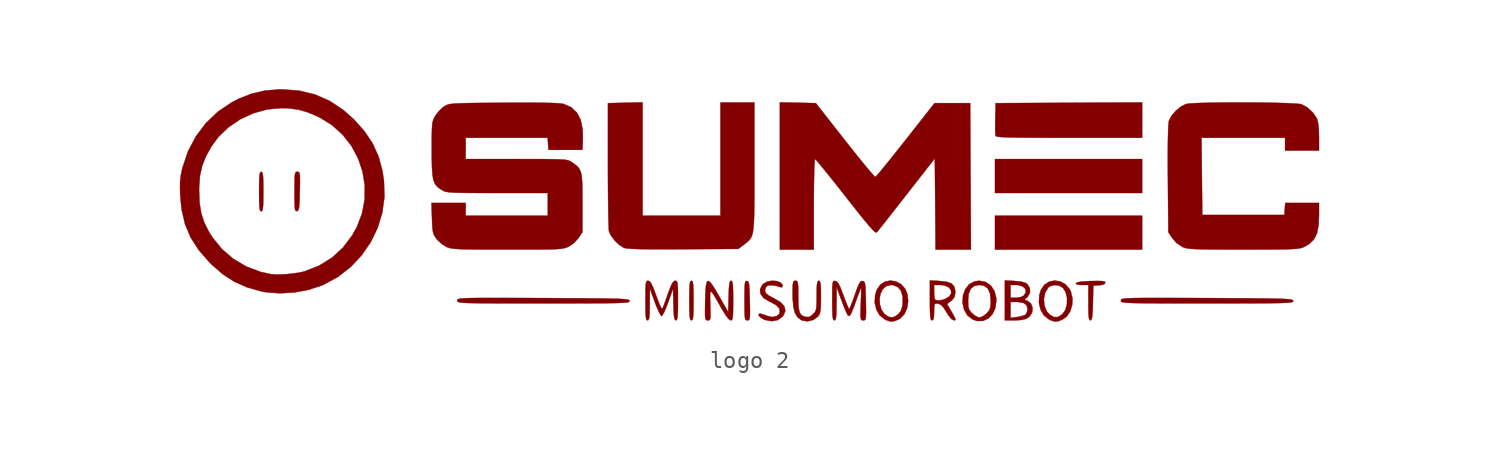
<source format=kicad_sym>
(kicad_symbol_lib
  (version 20220914)
  (generator kicad_symbol_editor)
  (symbol "logo 2"
    (pin_names
      (offset 1.016))
    (property "Reference" "#G"
      (at 0 10.626 0)
      (effects (font (size 1.27 1.27)) hide))
    (symbol "logo 2_0_0"
      (polyline (pts (xy 24.892 -0.762) (xy 24.892 0.254) (xy 20.489 0.254) (xy 16.087 0.254) (xy 16.087 -0.762) (xy 16.087 -1.778) (xy 20.489 -1.778) (xy 24.892 -1.778) (xy 24.892 -0.762)) (stroke (width 0.01) (type default)) (fill (type outline)))
      (polyline (pts (xy 24.892 2.625) (xy 24.892 3.641) (xy 20.489 3.641) (xy 16.087 3.641) (xy 16.087 2.625) (xy 16.087 1.609) (xy 20.489 1.609) (xy 24.892 1.609) (xy 24.892 2.625)) (stroke (width 0.01) (type default)) (fill (type outline)))
      (polyline (pts (xy 24.892 5.97) (xy 24.892 7.029) (xy 20.511 7.007) (xy 16.129 6.985) (xy 16.105 6.059) (xy 16.099 5.749) (xy 16.1 5.404) (xy 16.108 5.148) (xy 16.123 5.022) (xy 16.146 5.002) (xy 16.231 4.98) (xy 16.387 4.961) (xy 16.629 4.946) (xy 16.966 4.934) (xy 17.413 4.925) (xy 17.98 4.918) (xy 18.681 4.914) (xy 19.526 4.911) (xy 20.529 4.911) (xy 24.892 4.911) (xy 24.892 5.97)) (stroke (width 0.01) (type default)) (fill (type outline)))
      (polyline (pts (xy -27.793 0.511) (xy -27.747 0.554) (xy -27.717 0.67) (xy -27.698 0.882) (xy -27.689 1.215) (xy -27.686 1.693) (xy -27.686 1.881) (xy -27.691 2.305) (xy -27.703 2.592) (xy -27.726 2.768) (xy -27.762 2.855) (xy -27.813 2.879) (xy -27.833 2.876) (xy -27.878 2.833) (xy -27.909 2.717) (xy -27.928 2.504) (xy -27.938 2.171) (xy -27.94 1.693) (xy -27.94 1.506) (xy -27.935 1.082) (xy -27.923 0.794) (xy -27.9 0.619) (xy -27.864 0.532) (xy -27.813 0.508) (xy -27.793 0.511)) (stroke (width 0.01) (type default)) (fill (type outline)))
      (polyline (pts (xy -2.054 -6.009) (xy -2.009 -5.965) (xy -1.978 -5.849) (xy -1.959 -5.637) (xy -1.95 -5.304) (xy -1.947 -4.826) (xy -1.948 -4.638) (xy -1.952 -4.214) (xy -1.965 -3.927) (xy -1.987 -3.752) (xy -2.023 -3.664) (xy -2.074 -3.641) (xy -2.095 -3.643) (xy -2.14 -3.687) (xy -2.171 -3.803) (xy -2.189 -4.015) (xy -2.199 -4.348) (xy -2.201 -4.826) (xy -2.201 -5.014) (xy -2.196 -5.438) (xy -2.184 -5.725) (xy -2.161 -5.9) (xy -2.126 -5.988) (xy -2.074 -6.011) (xy -2.054 -6.009)) (stroke (width 0.01) (type default)) (fill (type outline)))
      (polyline (pts (xy -25.636 0.538) (xy -25.587 0.593) (xy -25.553 0.712) (xy -25.53 0.921) (xy -25.515 1.247) (xy -25.503 1.716) (xy -25.502 1.809) (xy -25.494 2.246) (xy -25.496 2.544) (xy -25.509 2.73) (xy -25.537 2.83) (xy -25.583 2.871) (xy -25.652 2.879) (xy -25.668 2.878) (xy -25.731 2.865) (xy -25.774 2.812) (xy -25.801 2.694) (xy -25.816 2.484) (xy -25.822 2.158) (xy -25.823 1.687) (xy -25.822 1.248) (xy -25.816 0.91) (xy -25.801 0.694) (xy -25.775 0.574) (xy -25.734 0.526) (xy -25.675 0.524) (xy -25.636 0.538)) (stroke (width 0.01) (type default)) (fill (type outline)))
      (polyline (pts (xy 1.286 -6.011) (xy 1.35 -6) (xy 1.393 -5.95) (xy 1.419 -5.836) (xy 1.429 -5.633) (xy 1.429 -5.312) (xy 1.421 -4.848) (xy 1.413 -4.538) (xy 1.4 -4.161) (xy 1.381 -3.911) (xy 1.351 -3.761) (xy 1.309 -3.685) (xy 1.249 -3.657) (xy 1.194 -3.657) (xy 1.152 -3.701) (xy 1.125 -3.814) (xy 1.109 -4.021) (xy 1.102 -4.348) (xy 1.101 -4.82) (xy 1.101 -4.934) (xy 1.103 -5.371) (xy 1.11 -5.671) (xy 1.127 -5.859) (xy 1.157 -5.961) (xy 1.205 -6.003) (xy 1.272 -6.011) (xy 1.286 -6.011)) (stroke (width 0.01) (type default)) (fill (type outline)))
      (polyline (pts (xy 21.844 -5.993) (xy 21.886 -5.905) (xy 21.914 -5.723) (xy 21.933 -5.421) (xy 21.947 -4.974) (xy 21.971 -3.937) (xy 22.331 -3.911) (xy 22.406 -3.904) (xy 22.622 -3.853) (xy 22.691 -3.76) (xy 22.685 -3.729) (xy 22.627 -3.683) (xy 22.484 -3.659) (xy 22.227 -3.652) (xy 21.83 -3.659) (xy 21.645 -3.665) (xy 21.257 -3.692) (xy 21.024 -3.732) (xy 20.934 -3.789) (xy 20.934 -3.826) (xy 21.035 -3.878) (xy 21.287 -3.895) (xy 21.675 -3.895) (xy 21.675 -4.953) (xy 21.677 -5.383) (xy 21.688 -5.696) (xy 21.71 -5.888) (xy 21.746 -5.985) (xy 21.799 -6.011) (xy 21.844 -5.993)) (stroke (width 0.01) (type default)) (fill (type outline)))
      (polyline (pts (xy 19.851 -6.068) (xy 20.114 -5.972) (xy 20.372 -5.794) (xy 20.584 -5.486) (xy 20.706 -5.104) (xy 20.724 -4.69) (xy 20.627 -4.287) (xy 20.552 -4.139) (xy 20.303 -3.853) (xy 19.992 -3.683) (xy 19.654 -3.631) (xy 19.324 -3.699) (xy 19.037 -3.888) (xy 18.829 -4.199) (xy 18.735 -4.519) (xy 18.726 -4.743) (xy 19.012 -4.743) (xy 19.086 -4.368) (xy 19.271 -4.054) (xy 19.374 -3.973) (xy 19.633 -3.899) (xy 19.916 -3.929) (xy 20.148 -4.062) (xy 20.309 -4.308) (xy 20.398 -4.66) (xy 20.394 -5.039) (xy 20.298 -5.387) (xy 20.112 -5.649) (xy 19.86 -5.809) (xy 19.622 -5.816) (xy 19.36 -5.668) (xy 19.182 -5.467) (xy 19.045 -5.127) (xy 19.012 -4.743) (xy 18.726 -4.743) (xy 18.716 -4.959) (xy 18.812 -5.37) (xy 19.012 -5.713) (xy 19.304 -5.948) (xy 19.441 -6.013) (xy 19.654 -6.082) (xy 19.851 -6.068)) (stroke (width 0.01) (type default)) (fill (type outline)))
      (polyline (pts (xy 10.024 -6.07) (xy 10.284 -5.976) (xy 10.423 -5.899) (xy 10.672 -5.636) (xy 10.834 -5.276) (xy 10.896 -4.858) (xy 10.843 -4.422) (xy 10.706 -4.108) (xy 10.46 -3.84) (xy 10.154 -3.679) (xy 9.822 -3.631) (xy 9.497 -3.699) (xy 9.215 -3.887) (xy 9.008 -4.199) (xy 8.914 -4.519) (xy 8.905 -4.731) (xy 9.184 -4.731) (xy 9.24 -4.416) (xy 9.372 -4.149) (xy 9.582 -3.964) (xy 9.87 -3.895) (xy 9.951 -3.898) (xy 10.254 -4) (xy 10.46 -4.233) (xy 10.563 -4.59) (xy 10.56 -5.061) (xy 10.551 -5.131) (xy 10.463 -5.433) (xy 10.291 -5.649) (xy 10.274 -5.662) (xy 10.081 -5.788) (xy 9.922 -5.836) (xy 9.702 -5.79) (xy 9.463 -5.623) (xy 9.296 -5.368) (xy 9.203 -5.059) (xy 9.184 -4.731) (xy 8.905 -4.731) (xy 8.895 -4.959) (xy 8.991 -5.37) (xy 9.19 -5.713) (xy 9.483 -5.948) (xy 9.609 -6.008) (xy 9.827 -6.082) (xy 10.024 -6.07)) (stroke (width 0.01) (type default)) (fill (type outline)))
      (polyline (pts (xy 15.367 -6.045) (xy 15.685 -5.903) (xy 15.94 -5.641) (xy 16.11 -5.275) (xy 16.171 -4.825) (xy 16.165 -4.681) (xy 16.061 -4.261) (xy 15.845 -3.932) (xy 15.536 -3.717) (xy 15.155 -3.641) (xy 14.879 -3.675) (xy 14.545 -3.847) (xy 14.302 -4.162) (xy 14.174 -4.524) (xy 14.153 -4.844) (xy 14.478 -4.844) (xy 14.511 -4.445) (xy 14.631 -4.133) (xy 14.843 -3.953) (xy 15.155 -3.895) (xy 15.44 -3.941) (xy 15.662 -4.109) (xy 15.791 -4.406) (xy 15.833 -4.844) (xy 15.83 -5.025) (xy 15.803 -5.262) (xy 15.728 -5.43) (xy 15.585 -5.595) (xy 15.535 -5.642) (xy 15.329 -5.785) (xy 15.155 -5.842) (xy 15.116 -5.838) (xy 14.926 -5.753) (xy 14.726 -5.595) (xy 14.637 -5.501) (xy 14.535 -5.343) (xy 14.489 -5.145) (xy 14.478 -4.844) (xy 14.153 -4.844) (xy 14.146 -4.957) (xy 14.236 -5.365) (xy 14.434 -5.71) (xy 14.732 -5.951) (xy 15.01 -6.048) (xy 15.367 -6.045)) (stroke (width 0.01) (type default)) (fill (type outline)))
      (polyline (pts (xy -3.459 -1.759) (xy -2.576 -1.755) (xy 0.733 -1.736) (xy 1.051 -1.493) (xy 1.158 -1.413) (xy 1.286 -1.312) (xy 1.392 -1.213) (xy 1.478 -1.098) (xy 1.546 -0.953) (xy 1.598 -0.762) (xy 1.636 -0.51) (xy 1.662 -0.181) (xy 1.679 0.24) (xy 1.688 0.768) (xy 1.692 1.42) (xy 1.693 2.21) (xy 1.693 3.154) (xy 1.693 7.027) (xy 0.677 7.027) (xy -0.339 7.027) (xy -0.339 3.641) (xy -0.339 0.254) (xy -2.667 0.254) (xy -4.995 0.254) (xy -4.995 3.643) (xy -4.995 7.032) (xy -6.032 7.009) (xy -7.07 6.985) (xy -7.07 3.26) (xy -7.069 2.741) (xy -7.066 1.983) (xy -7.06 1.283) (xy -7.052 0.659) (xy -7.043 0.131) (xy -7.031 -0.283) (xy -7.019 -0.566) (xy -7.005 -0.697) (xy -6.892 -0.936) (xy -6.672 -1.228) (xy -6.404 -1.49) (xy -6.14 -1.661) (xy -6.133 -1.665) (xy -6.024 -1.694) (xy -5.849 -1.717) (xy -5.593 -1.735) (xy -5.24 -1.748) (xy -4.777 -1.756) (xy -4.188 -1.759) (xy -3.459 -1.759)) (stroke (width 0.01) (type default)) (fill (type outline)))
      (polyline (pts (xy 3.089 -5.995) (xy 3.365 -5.798) (xy 3.433 -5.713) (xy 3.546 -5.439) (xy 3.49 -5.178) (xy 3.267 -4.931) (xy 2.874 -4.697) (xy 2.857 -4.689) (xy 2.542 -4.519) (xy 2.369 -4.372) (xy 2.321 -4.224) (xy 2.378 -4.05) (xy 2.424 -3.981) (xy 2.553 -3.91) (xy 2.78 -3.915) (xy 2.806 -3.918) (xy 3.055 -3.963) (xy 3.239 -4.017) (xy 3.344 -4.039) (xy 3.387 -3.949) (xy 3.362 -3.855) (xy 3.219 -3.727) (xy 2.986 -3.655) (xy 2.712 -3.644) (xy 2.444 -3.699) (xy 2.228 -3.825) (xy 2.155 -3.902) (xy 2.028 -4.164) (xy 2.058 -4.428) (xy 2.236 -4.671) (xy 2.556 -4.869) (xy 2.721 -4.944) (xy 3.012 -5.114) (xy 3.17 -5.284) (xy 3.217 -5.476) (xy 3.179 -5.621) (xy 3.019 -5.76) (xy 2.777 -5.812) (xy 2.498 -5.758) (xy 2.224 -5.655) (xy 2.049 -5.608) (xy 1.968 -5.622) (xy 1.947 -5.696) (xy 1.955 -5.727) (xy 2.065 -5.846) (xy 2.265 -5.96) (xy 2.346 -5.991) (xy 2.736 -6.061) (xy 3.089 -5.995)) (stroke (width 0.01) (type default)) (fill (type outline)))
      (polyline (pts (xy -1.043 -6.009) (xy -0.982 -5.985) (xy -0.946 -5.909) (xy -0.931 -5.752) (xy -0.932 -5.484) (xy -0.945 -5.077) (xy -0.947 -5.023) (xy -0.958 -4.649) (xy -0.956 -4.406) (xy -0.927 -4.294) (xy -0.86 -4.318) (xy -0.743 -4.48) (xy -0.565 -4.782) (xy -0.314 -5.228) (xy -0.273 -5.299) (xy -0.032 -5.695) (xy 0.151 -5.932) (xy 0.275 -6.011) (xy 0.326 -6.002) (xy 0.369 -5.952) (xy 0.398 -5.835) (xy 0.414 -5.625) (xy 0.421 -5.297) (xy 0.423 -4.826) (xy 0.423 -4.677) (xy 0.419 -4.24) (xy 0.407 -3.942) (xy 0.384 -3.759) (xy 0.349 -3.666) (xy 0.299 -3.641) (xy 0.267 -3.648) (xy 0.22 -3.717) (xy 0.187 -3.878) (xy 0.166 -4.157) (xy 0.151 -4.579) (xy 0.127 -5.518) (xy -0.411 -4.575) (xy -0.505 -4.411) (xy -0.748 -4.005) (xy -0.93 -3.751) (xy -1.061 -3.65) (xy -1.149 -3.707) (xy -1.203 -3.923) (xy -1.234 -4.303) (xy -1.251 -4.848) (xy -1.254 -4.997) (xy -1.261 -5.417) (xy -1.259 -5.701) (xy -1.245 -5.876) (xy -1.215 -5.969) (xy -1.166 -6.005) (xy -1.094 -6.011) (xy -1.043 -6.009)) (stroke (width 0.01) (type default)) (fill (type outline)))
      (polyline (pts (xy 5.216 -5.988) (xy 5.482 -5.798) (xy 5.506 -5.769) (xy 5.582 -5.659) (xy 5.63 -5.524) (xy 5.658 -5.328) (xy 5.67 -5.035) (xy 5.673 -4.61) (xy 5.671 -4.269) (xy 5.661 -3.955) (xy 5.639 -3.763) (xy 5.601 -3.667) (xy 5.546 -3.641) (xy 5.512 -3.648) (xy 5.465 -3.711) (xy 5.437 -3.861) (xy 5.423 -4.127) (xy 5.419 -4.534) (xy 5.418 -4.657) (xy 5.414 -5.02) (xy 5.398 -5.262) (xy 5.362 -5.421) (xy 5.299 -5.535) (xy 5.203 -5.642) (xy 5.143 -5.699) (xy 4.958 -5.81) (xy 4.758 -5.803) (xy 4.673 -5.779) (xy 4.518 -5.702) (xy 4.416 -5.569) (xy 4.355 -5.353) (xy 4.325 -5.024) (xy 4.318 -4.556) (xy 4.318 -4.405) (xy 4.314 -4.051) (xy 4.3 -3.827) (xy 4.272 -3.704) (xy 4.223 -3.652) (xy 4.149 -3.641) (xy 4.146 -3.641) (xy 4.069 -3.653) (xy 4.02 -3.711) (xy 3.993 -3.845) (xy 3.982 -4.087) (xy 3.979 -4.466) (xy 3.982 -4.66) (xy 4.021 -5.175) (xy 4.113 -5.554) (xy 4.266 -5.819) (xy 4.487 -5.992) (xy 4.558 -6.023) (xy 4.885 -6.068) (xy 5.216 -5.988)) (stroke (width 0.01) (type default)) (fill (type outline)))
      (polyline (pts (xy 17.59 -5.996) (xy 17.928 -5.926) (xy 18.154 -5.789) (xy 18.294 -5.573) (xy 18.309 -5.535) (xy 18.337 -5.248) (xy 18.238 -4.999) (xy 18.03 -4.841) (xy 17.855 -4.776) (xy 18.029 -4.619) (xy 18.057 -4.591) (xy 18.184 -4.349) (xy 18.174 -4.08) (xy 18.028 -3.847) (xy 17.909 -3.769) (xy 17.654 -3.695) (xy 17.266 -3.655) (xy 16.679 -3.622) (xy 16.679 -4.657) (xy 17.018 -4.657) (xy 17.018 -4.276) (xy 17.018 -3.895) (xy 17.351 -3.895) (xy 17.48 -3.902) (xy 17.747 -3.983) (xy 17.906 -4.132) (xy 17.936 -4.321) (xy 17.816 -4.524) (xy 17.803 -4.536) (xy 17.613 -4.622) (xy 17.351 -4.657) (xy 17.018 -4.657) (xy 16.679 -4.657) (xy 16.679 -4.816) (xy 16.679 -5.865) (xy 17.018 -5.865) (xy 17.018 -5.388) (xy 17.018 -4.911) (xy 17.362 -4.911) (xy 17.473 -4.913) (xy 17.793 -4.969) (xy 17.976 -5.104) (xy 18.034 -5.327) (xy 18.004 -5.512) (xy 17.92 -5.662) (xy 17.872 -5.691) (xy 17.673 -5.759) (xy 17.412 -5.811) (xy 17.018 -5.865) (xy 16.679 -5.865) (xy 16.679 -6.011) (xy 17.226 -6.011) (xy 17.59 -5.996)) (stroke (width 0.01) (type default)) (fill (type outline)))
      (polyline (pts (xy -10.1 -4.995) (xy -9.154 -4.995) (xy -8.355 -4.993) (xy -7.692 -4.99) (xy -7.152 -4.986) (xy -6.723 -4.979) (xy -6.391 -4.97) (xy -6.146 -4.958) (xy -5.974 -4.944) (xy -5.863 -4.926) (xy -5.801 -4.904) (xy -5.775 -4.878) (xy -5.774 -4.847) (xy -5.78 -4.828) (xy -5.807 -4.8) (xy -5.866 -4.776) (xy -5.969 -4.756) (xy -6.129 -4.739) (xy -6.357 -4.726) (xy -6.667 -4.715) (xy -7.072 -4.705) (xy -7.583 -4.698) (xy -8.213 -4.692) (xy -8.975 -4.687) (xy -9.881 -4.682) (xy -10.944 -4.677) (xy -11.373 -4.675) (xy -12.372 -4.671) (xy -13.218 -4.669) (xy -13.925 -4.668) (xy -14.505 -4.668) (xy -14.971 -4.672) (xy -15.335 -4.678) (xy -15.61 -4.686) (xy -15.807 -4.699) (xy -15.941 -4.715) (xy -16.024 -4.736) (xy -16.067 -4.761) (xy -16.084 -4.79) (xy -16.087 -4.825) (xy -16.086 -4.84) (xy -16.079 -4.873) (xy -16.053 -4.901) (xy -15.995 -4.924) (xy -15.892 -4.943) (xy -15.733 -4.958) (xy -15.505 -4.971) (xy -15.195 -4.98) (xy -14.79 -4.986) (xy -14.279 -4.99) (xy -13.648 -4.993) (xy -12.886 -4.995) (xy -11.979 -4.995) (xy -10.916 -4.995) (xy -10.1 -4.995)) (stroke (width 0.01) (type default)) (fill (type outline)))
      (polyline (pts (xy 29.608 -4.995) (xy 30.555 -4.995) (xy 31.353 -4.993) (xy 32.016 -4.99) (xy 32.556 -4.986) (xy 32.986 -4.979) (xy 33.318 -4.97) (xy 33.563 -4.958) (xy 33.735 -4.944) (xy 33.846 -4.926) (xy 33.908 -4.904) (xy 33.934 -4.878) (xy 33.935 -4.847) (xy 33.929 -4.828) (xy 33.901 -4.8) (xy 33.842 -4.776) (xy 33.739 -4.756) (xy 33.58 -4.739) (xy 33.352 -4.726) (xy 33.041 -4.715) (xy 32.637 -4.705) (xy 32.126 -4.698) (xy 31.496 -4.692) (xy 30.734 -4.687) (xy 29.827 -4.682) (xy 28.764 -4.677) (xy 28.335 -4.675) (xy 27.337 -4.671) (xy 26.491 -4.669) (xy 25.784 -4.668) (xy 25.204 -4.668) (xy 24.738 -4.672) (xy 24.374 -4.678) (xy 24.099 -4.686) (xy 23.901 -4.699) (xy 23.767 -4.715) (xy 23.685 -4.736) (xy 23.642 -4.761) (xy 23.625 -4.79) (xy 23.622 -4.825) (xy 23.622 -4.84) (xy 23.629 -4.873) (xy 23.656 -4.901) (xy 23.714 -4.924) (xy 23.816 -4.943) (xy 23.975 -4.958) (xy 24.204 -4.971) (xy 24.514 -4.98) (xy 24.919 -4.986) (xy 25.43 -4.99) (xy 26.06 -4.993) (xy 26.823 -4.995) (xy 27.729 -4.995) (xy 28.793 -4.995) (xy 29.608 -4.995)) (stroke (width 0.01) (type default)) (fill (type outline)))
      (polyline (pts (xy 13.637 -6.011) (xy 13.713 -5.996) (xy 13.722 -5.93) (xy 13.656 -5.783) (xy 13.508 -5.524) (xy 13.22 -5.038) (xy 13.468 -4.841) (xy 13.542 -4.778) (xy 13.68 -4.586) (xy 13.716 -4.325) (xy 13.713 -4.242) (xy 13.651 -3.983) (xy 13.489 -3.809) (xy 13.205 -3.705) (xy 12.778 -3.655) (xy 12.192 -3.622) (xy 12.192 -3.895) (xy 12.446 -3.895) (xy 12.821 -3.895) (xy 13.047 -3.917) (xy 13.305 -4.025) (xy 13.449 -4.193) (xy 13.469 -4.388) (xy 13.354 -4.58) (xy 13.095 -4.736) (xy 12.924 -4.79) (xy 12.664 -4.823) (xy 12.502 -4.77) (xy 12.484 -4.729) (xy 12.457 -4.555) (xy 12.446 -4.304) (xy 12.446 -3.895) (xy 12.192 -3.895) (xy 12.192 -4.816) (xy 12.192 -5.017) (xy 12.197 -5.44) (xy 12.21 -5.726) (xy 12.232 -5.901) (xy 12.268 -5.988) (xy 12.319 -6.011) (xy 12.336 -6.01) (xy 12.402 -5.955) (xy 12.436 -5.795) (xy 12.446 -5.498) (xy 12.446 -5.423) (xy 12.452 -5.172) (xy 12.48 -5.045) (xy 12.548 -5.004) (xy 12.674 -5.011) (xy 12.699 -5.014) (xy 12.851 -5.08) (xy 13.003 -5.239) (xy 13.186 -5.524) (xy 13.289 -5.691) (xy 13.48 -5.932) (xy 13.633 -6.011) (xy 13.637 -6.011)) (stroke (width 0.01) (type default)) (fill (type outline)))
      (polyline (pts (xy 5.249 0.931) (xy 5.25 1.314) (xy 5.255 1.942) (xy 5.263 2.5) (xy 5.274 2.969) (xy 5.288 3.329) (xy 5.304 3.559) (xy 5.321 3.641) (xy 5.362 3.605) (xy 5.497 3.452) (xy 5.715 3.192) (xy 6.002 2.84) (xy 6.346 2.413) (xy 6.734 1.924) (xy 7.154 1.391) (xy 7.592 0.832) (xy 8 0.318) (xy 8.324 -0.082) (xy 8.574 -0.378) (xy 8.758 -0.582) (xy 8.887 -0.704) (xy 8.97 -0.755) (xy 9.017 -0.747) (xy 9.047 -0.71) (xy 9.176 -0.55) (xy 9.388 -0.283) (xy 9.67 0.075) (xy 10.009 0.506) (xy 10.391 0.994) (xy 10.804 1.522) (xy 12.488 3.678) (xy 12.511 0.95) (xy 12.533 -1.778) (xy 13.591 -1.778) (xy 14.649 -1.778) (xy 14.627 2.603) (xy 14.605 6.985) (xy 13.538 6.985) (xy 12.471 6.985) (xy 10.744 4.789) (xy 10.468 4.439) (xy 10.07 3.939) (xy 9.712 3.493) (xy 9.406 3.118) (xy 9.165 2.828) (xy 9.003 2.64) (xy 8.932 2.571) (xy 8.893 2.598) (xy 8.758 2.741) (xy 8.542 2.992) (xy 8.255 3.335) (xy 7.913 3.755) (xy 7.527 4.237) (xy 7.109 4.766) (xy 5.371 6.985) (xy 4.294 7.009) (xy 3.217 7.032) (xy 3.217 2.627) (xy 3.217 -1.778) (xy 4.233 -1.778) (xy 5.249 -1.778) (xy 5.249 0.931)) (stroke (width 0.01) (type default)) (fill (type outline)))
      (polyline (pts (xy -2.987 -6.01) (xy -2.942 -5.968) (xy -2.91 -5.853) (xy -2.891 -5.64) (xy -2.881 -5.306) (xy -2.879 -4.826) (xy -2.879 -4.803) (xy -2.88 -4.34) (xy -2.887 -4.019) (xy -2.903 -3.815) (xy -2.932 -3.701) (xy -2.976 -3.651) (xy -3.039 -3.641) (xy -3.099 -3.654) (xy -3.196 -3.748) (xy -3.303 -3.954) (xy -3.435 -4.297) (xy -3.461 -4.369) (xy -3.58 -4.702) (xy -3.682 -4.985) (xy -3.746 -5.165) (xy -3.788 -5.264) (xy -3.834 -5.3) (xy -3.89 -5.246) (xy -3.969 -5.086) (xy -4.082 -4.801) (xy -4.238 -4.373) (xy -4.363 -4.045) (xy -4.476 -3.803) (xy -4.571 -3.677) (xy -4.665 -3.641) (xy -4.668 -3.641) (xy -4.731 -3.653) (xy -4.775 -3.704) (xy -4.803 -3.821) (xy -4.818 -4.03) (xy -4.825 -4.356) (xy -4.826 -4.826) (xy -4.826 -5.014) (xy -4.821 -5.438) (xy -4.809 -5.725) (xy -4.786 -5.9) (xy -4.75 -5.988) (xy -4.699 -6.011) (xy -4.657 -5.999) (xy -4.614 -5.925) (xy -4.587 -5.761) (xy -4.573 -5.481) (xy -4.567 -5.059) (xy -4.562 -4.106) (xy -4.261 -4.932) (xy -4.163 -5.186) (xy -4.035 -5.481) (xy -3.928 -5.683) (xy -3.859 -5.757) (xy -3.815 -5.719) (xy -3.719 -5.551) (xy -3.597 -5.279) (xy -3.467 -4.938) (xy -3.175 -4.119) (xy -3.151 -5.065) (xy -3.144 -5.315) (xy -3.126 -5.658) (xy -3.099 -5.872) (xy -3.059 -5.981) (xy -3.003 -6.011) (xy -2.987 -6.01)) (stroke (width 0.01) (type default)) (fill (type outline)))
      (polyline (pts (xy 8.229 -6.011) (xy 8.294 -5.999) (xy 8.337 -5.949) (xy 8.362 -5.835) (xy 8.373 -5.631) (xy 8.372 -5.311) (xy 8.363 -4.847) (xy 8.363 -4.826) (xy 8.352 -4.367) (xy 8.338 -4.05) (xy 8.317 -3.847) (xy 8.285 -3.732) (xy 8.236 -3.678) (xy 8.167 -3.658) (xy 8.101 -3.661) (xy 8.023 -3.716) (xy 7.94 -3.854) (xy 7.838 -4.101) (xy 7.702 -4.484) (xy 7.604 -4.76) (xy 7.492 -5.057) (xy 7.407 -5.259) (xy 7.363 -5.334) (xy 7.334 -5.293) (xy 7.256 -5.123) (xy 7.146 -4.85) (xy 7.018 -4.508) (xy 6.965 -4.364) (xy 6.831 -4.025) (xy 6.725 -3.812) (xy 6.631 -3.698) (xy 6.535 -3.656) (xy 6.502 -3.652) (xy 6.438 -3.656) (xy 6.396 -3.703) (xy 6.37 -3.817) (xy 6.356 -4.025) (xy 6.351 -4.351) (xy 6.35 -4.82) (xy 6.35 -5.016) (xy 6.355 -5.439) (xy 6.367 -5.726) (xy 6.39 -5.901) (xy 6.426 -5.988) (xy 6.477 -6.011) (xy 6.524 -5.994) (xy 6.564 -5.912) (xy 6.59 -5.74) (xy 6.603 -5.45) (xy 6.608 -5.016) (xy 6.613 -4.022) (xy 6.908 -4.825) (xy 6.995 -5.054) (xy 7.121 -5.369) (xy 7.225 -5.602) (xy 7.288 -5.714) (xy 7.312 -5.734) (xy 7.372 -5.746) (xy 7.438 -5.68) (xy 7.522 -5.516) (xy 7.636 -5.232) (xy 7.791 -4.808) (xy 7.857 -4.625) (xy 7.964 -4.337) (xy 8.042 -4.138) (xy 8.077 -4.064) (xy 8.082 -4.134) (xy 8.08 -4.342) (xy 8.072 -4.654) (xy 8.059 -5.038) (xy 8.047 -5.363) (xy 8.041 -5.673) (xy 8.049 -5.864) (xy 8.076 -5.965) (xy 8.127 -6.005) (xy 8.204 -6.011) (xy 8.229 -6.011)) (stroke (width 0.01) (type default)) (fill (type outline)))
      (polyline (pts (xy 31.645 -1.774) (xy 32.362 -1.772) (xy 32.942 -1.768) (xy 33.401 -1.762) (xy 33.756 -1.751) (xy 34.025 -1.736) (xy 34.225 -1.716) (xy 34.374 -1.691) (xy 34.489 -1.658) (xy 34.586 -1.619) (xy 34.907 -1.433) (xy 35.173 -1.166) (xy 35.349 -0.812) (xy 35.446 -0.348) (xy 35.475 0.251) (xy 35.475 1.016) (xy 34.464 1.016) (xy 33.453 1.016) (xy 33.427 0.656) (xy 33.401 0.296) (xy 30.946 0.296) (xy 28.49 0.296) (xy 28.468 2.603) (xy 28.445 4.911) (xy 30.944 4.911) (xy 33.443 4.911) (xy 33.443 4.53) (xy 33.443 4.149) (xy 34.459 4.149) (xy 35.475 4.149) (xy 35.475 4.956) (xy 35.475 4.979) (xy 35.46 5.43) (xy 35.42 5.797) (xy 35.36 6.038) (xy 35.339 6.086) (xy 35.109 6.423) (xy 34.787 6.72) (xy 34.438 6.915) (xy 34.408 6.923) (xy 34.203 6.949) (xy 33.858 6.971) (xy 33.399 6.99) (xy 32.848 7.005) (xy 32.23 7.016) (xy 31.567 7.023) (xy 30.883 7.026) (xy 30.203 7.025) (xy 29.549 7.02) (xy 28.946 7.011) (xy 28.416 6.997) (xy 27.985 6.98) (xy 27.674 6.958) (xy 27.508 6.931) (xy 27.215 6.781) (xy 26.903 6.526) (xy 26.645 6.224) (xy 26.493 5.928) (xy 26.488 5.904) (xy 26.465 5.694) (xy 26.447 5.326) (xy 26.435 4.808) (xy 26.428 4.15) (xy 26.427 3.361) (xy 26.432 2.449) (xy 26.458 -0.732) (xy 26.697 -1.093) (xy 26.934 -1.371) (xy 27.289 -1.613) (xy 27.385 -1.653) (xy 27.498 -1.687) (xy 27.64 -1.713) (xy 27.831 -1.734) (xy 28.086 -1.75) (xy 28.424 -1.76) (xy 28.861 -1.768) (xy 29.416 -1.772) (xy 30.105 -1.774) (xy 30.946 -1.774) (xy 31.645 -1.774)) (stroke (width 0.01) (type default)) (fill (type outline)))
      (polyline (pts (xy -25.81 -4.339) (xy -24.959 -4.18) (xy -24.177 -3.921) (xy -24.069 -3.874) (xy -23.215 -3.407) (xy -22.455 -2.815) (xy -21.799 -2.116) (xy -21.259 -1.33) (xy -20.845 -0.473) (xy -20.568 0.435) (xy -20.439 1.377) (xy -20.469 2.335) (xy -20.566 2.96) (xy -20.798 3.808) (xy -21.148 4.577) (xy -21.632 5.301) (xy -22.267 6.014) (xy -22.892 6.571) (xy -23.71 7.114) (xy -24.587 7.5) (xy -25.529 7.73) (xy -26.543 7.808) (xy -26.738 7.806) (xy -27.589 7.737) (xy -28.373 7.556) (xy -29.152 7.252) (xy -29.575 7.035) (xy -30.405 6.474) (xy -31.124 5.79) (xy -31.724 4.997) (xy -32.193 4.106) (xy -32.523 3.127) (xy -32.562 2.971) (xy -32.63 2.628) (xy -32.666 2.3) (xy -32.674 1.924) (xy -32.669 1.778) (xy -31.531 1.778) (xy -31.527 1.999) (xy -31.475 2.65) (xy -31.349 3.22) (xy -31.133 3.772) (xy -30.808 4.368) (xy -30.379 4.957) (xy -29.774 5.539) (xy -29.068 6.018) (xy -28.287 6.379) (xy -27.459 6.607) (xy -26.611 6.687) (xy -26.15 6.673) (xy -25.575 6.593) (xy -25.011 6.429) (xy -24.393 6.165) (xy -24.32 6.129) (xy -23.577 5.67) (xy -22.942 5.096) (xy -22.421 4.429) (xy -22.022 3.688) (xy -21.752 2.892) (xy -21.618 2.063) (xy -21.626 1.218) (xy -21.783 0.38) (xy -22.097 -0.434) (xy -22.365 -0.915) (xy -22.919 -1.653) (xy -23.583 -2.261) (xy -24.351 -2.738) (xy -25.222 -3.08) (xy -25.538 -3.152) (xy -25.979 -3.216) (xy -26.449 -3.257) (xy -26.885 -3.27) (xy -27.22 -3.248) (xy -27.848 -3.112) (xy -28.702 -2.791) (xy -29.48 -2.332) (xy -30.162 -1.748) (xy -30.727 -1.053) (xy -30.921 -0.748) (xy -31.214 -0.176) (xy -31.404 0.402) (xy -31.505 1.036) (xy -31.531 1.778) (xy -32.669 1.778) (xy -32.658 1.442) (xy -32.578 0.622) (xy -32.371 -0.259) (xy -32.031 -1.062) (xy -31.547 -1.816) (xy -30.905 -2.549) (xy -30.769 -2.683) (xy -30.099 -3.263) (xy -29.412 -3.705) (xy -28.664 -4.035) (xy -27.813 -4.276) (xy -27.494 -4.334) (xy -26.673 -4.392) (xy -25.81 -4.339)) (stroke (width 0.01) (type default)) (fill (type outline)))
      (polyline (pts (xy -11.942 -1.776) (xy -11.318 -1.774) (xy -10.82 -1.77) (xy -10.432 -1.762) (xy -10.136 -1.75) (xy -9.914 -1.733) (xy -9.748 -1.71) (xy -9.623 -1.681) (xy -9.519 -1.644) (xy -9.419 -1.598) (xy -9.105 -1.389) (xy -8.821 -1.075) (xy -8.594 -0.732) (xy -8.594 1.024) (xy -8.594 1.181) (xy -8.597 1.779) (xy -8.608 2.238) (xy -8.635 2.582) (xy -8.684 2.837) (xy -8.762 3.026) (xy -8.874 3.175) (xy -9.027 3.308) (xy -9.228 3.45) (xy -9.25 3.465) (xy -9.326 3.512) (xy -9.411 3.55) (xy -9.522 3.58) (xy -9.678 3.602) (xy -9.896 3.618) (xy -10.194 3.629) (xy -10.589 3.636) (xy -11.101 3.639) (xy -11.746 3.64) (xy -12.543 3.641) (xy -15.579 3.641) (xy -15.579 4.276) (xy -15.579 4.911) (xy -13.128 4.911) (xy -10.678 4.911) (xy -10.652 4.551) (xy -10.626 4.191) (xy -9.61 4.191) (xy -8.594 4.191) (xy -8.569 4.91) (xy -8.582 5.422) (xy -8.699 5.985) (xy -8.93 6.425) (xy -9.275 6.744) (xy -9.737 6.943) (xy -9.912 6.968) (xy -10.264 6.99) (xy -10.781 7.005) (xy -11.464 7.013) (xy -12.309 7.015) (xy -13.316 7.01) (xy -13.883 7.005) (xy -14.605 6.999) (xy -15.187 6.992) (xy -15.645 6.984) (xy -15.998 6.973) (xy -16.263 6.958) (xy -16.457 6.938) (xy -16.597 6.912) (xy -16.701 6.879) (xy -16.787 6.838) (xy -16.871 6.787) (xy -16.952 6.73) (xy -17.199 6.496) (xy -17.4 6.229) (xy -17.439 6.161) (xy -17.501 6.038) (xy -17.546 5.907) (xy -17.577 5.74) (xy -17.596 5.511) (xy -17.606 5.193) (xy -17.61 4.76) (xy -17.61 4.184) (xy -17.608 3.671) (xy -17.598 3.14) (xy -17.571 2.735) (xy -17.524 2.433) (xy -17.448 2.211) (xy -17.34 2.043) (xy -17.192 1.907) (xy -16.998 1.778) (xy -16.935 1.742) (xy -16.847 1.704) (xy -16.732 1.675) (xy -16.574 1.652) (xy -16.353 1.635) (xy -16.053 1.623) (xy -15.655 1.616) (xy -15.141 1.611) (xy -14.494 1.609) (xy -13.695 1.609) (xy -10.668 1.609) (xy -10.668 0.931) (xy -10.668 0.254) (xy -13.123 0.254) (xy -15.579 0.254) (xy -15.579 0.635) (xy -15.579 1.016) (xy -16.602 1.016) (xy -17.626 1.016) (xy -17.597 0.099) (xy -17.593 -0.022) (xy -17.576 -0.397) (xy -17.55 -0.655) (xy -17.506 -0.837) (xy -17.433 -0.984) (xy -17.324 -1.138) (xy -17.267 -1.207) (xy -17.008 -1.443) (xy -16.732 -1.616) (xy -16.646 -1.651) (xy -16.534 -1.685) (xy -16.392 -1.712) (xy -16.202 -1.734) (xy -15.947 -1.749) (xy -15.609 -1.761) (xy -15.172 -1.768) (xy -14.617 -1.773) (xy -13.928 -1.775) (xy -13.087 -1.776) (xy -12.711 -1.776) (xy -11.942 -1.776)) (stroke (width 0.01) (type default)) (fill (type outline))))))
</source>
